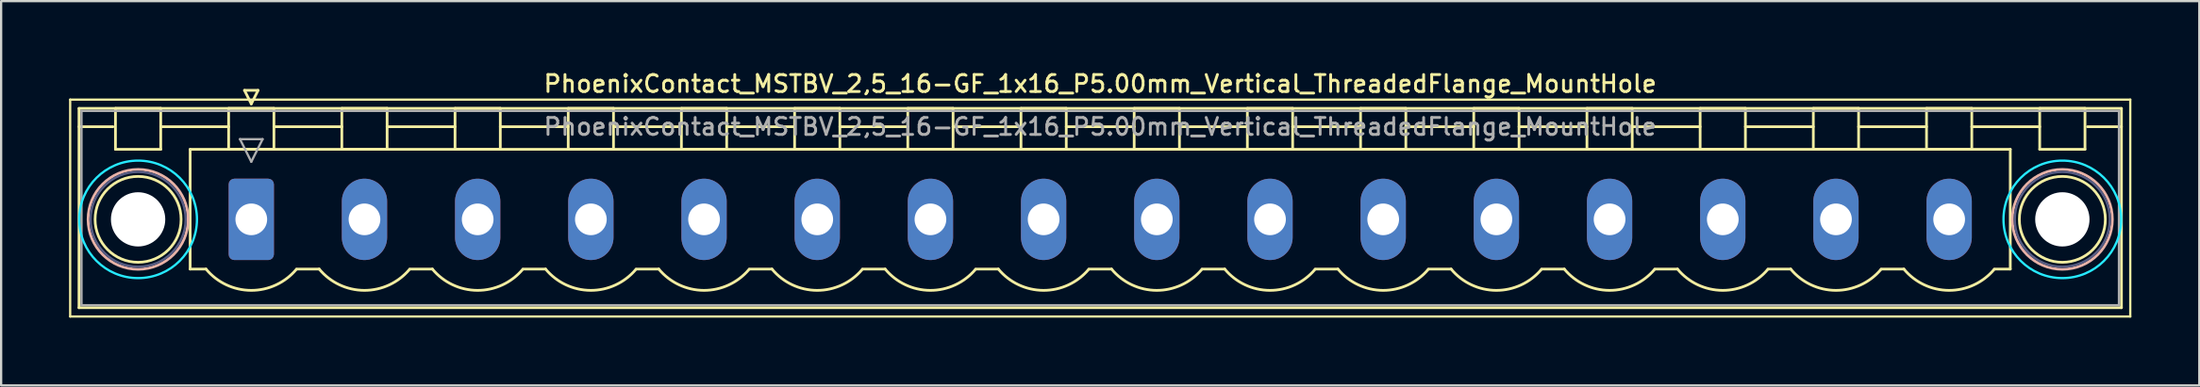
<source format=kicad_pcb>
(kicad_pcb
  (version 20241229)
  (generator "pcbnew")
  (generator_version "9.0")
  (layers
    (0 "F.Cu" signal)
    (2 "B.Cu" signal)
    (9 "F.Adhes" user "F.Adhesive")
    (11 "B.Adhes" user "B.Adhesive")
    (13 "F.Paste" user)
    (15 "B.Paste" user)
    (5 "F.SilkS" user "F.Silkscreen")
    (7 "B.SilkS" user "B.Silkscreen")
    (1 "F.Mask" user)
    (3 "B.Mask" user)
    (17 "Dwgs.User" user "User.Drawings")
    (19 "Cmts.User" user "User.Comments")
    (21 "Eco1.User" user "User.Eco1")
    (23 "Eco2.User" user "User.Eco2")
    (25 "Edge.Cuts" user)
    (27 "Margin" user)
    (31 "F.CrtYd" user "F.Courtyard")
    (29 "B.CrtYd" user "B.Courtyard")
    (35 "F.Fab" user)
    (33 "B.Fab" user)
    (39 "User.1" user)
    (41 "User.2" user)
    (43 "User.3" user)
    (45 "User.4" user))
  (footprint "PhoenixContact_MSTBV_2,5_16-GF_1x16_P5.00mm_Vertical_ThreadedFlange_MountHole"
    (layer "F.Cu")
    (at 8.05 6.658)
    (property "Reference" "PhoenixContact_MSTBV_2,5_16-GF_1x16_P5.00mm_Vertical_ThreadedFlange_MountHole" (at 37.5 -6 0) (layer "F.SilkS") (effects (font (size 0.75 0.75) (thickness 0.125))))
    (attr through_hole)
    (fp_line (start -8 -5.3) (end -8 4.3) (stroke (width 0.1) (type solid)) (layer "F.SilkS"))
    (fp_line (start -8 4.3) (end 83 4.3) (stroke (width 0.1) (type solid)) (layer "F.SilkS"))
    (fp_line (start -7.61 -4.91) (end -7.61 3.91) (stroke (width 0.12) (type solid)) (layer "F.SilkS"))
    (fp_line (start -7.61 -4.1) (end -6.11 -4.1) (stroke (width 0.12) (type solid)) (layer "F.SilkS"))
    (fp_line (start -7.61 3.91) (end 82.61 3.91) (stroke (width 0.12) (type solid)) (layer "F.SilkS"))
    (fp_line (start -6 -4.91) (end -4 -4.91) (stroke (width 0.12) (type solid)) (layer "F.SilkS"))
    (fp_line (start -6 -3.1) (end -6 -4.91) (stroke (width 0.12) (type solid)) (layer "F.SilkS"))
    (fp_line (start -4 -4.91) (end -4 -3.1) (stroke (width 0.12) (type solid)) (layer "F.SilkS"))
    (fp_line (start -4 -4.1) (end -1 -4.1) (stroke (width 0.12) (type solid)) (layer "F.SilkS"))
    (fp_line (start -4 -3.1) (end -6 -3.1) (stroke (width 0.12) (type solid)) (layer "F.SilkS"))
    (fp_line (start -2.7 -3.1) (end 77.7 -3.1) (stroke (width 0.12) (type solid)) (layer "F.SilkS"))
    (fp_line (start -2.7 2.2) (end -2.7 -3.1) (stroke (width 0.12) (type solid)) (layer "F.SilkS"))
    (fp_line (start -2 2.2) (end -2.7 2.2) (stroke (width 0.12) (type solid)) (layer "F.SilkS"))
    (fp_line (start -1 -4.91) (end 1 -4.91) (stroke (width 0.12) (type solid)) (layer "F.SilkS"))
    (fp_line (start -1 -3.1) (end -1 -4.91) (stroke (width 0.12) (type solid)) (layer "F.SilkS"))
    (fp_line (start -0.3 -5.71) (end 0.3 -5.71) (stroke (width 0.12) (type solid)) (layer "F.SilkS"))
    (fp_line (start 0 -5.11) (end -0.3 -5.71) (stroke (width 0.12) (type solid)) (layer "F.SilkS"))
    (fp_line (start 0.3 -5.71) (end 0 -5.11) (stroke (width 0.12) (type solid)) (layer "F.SilkS"))
    (fp_line (start 1 -4.91) (end 1 -3.1) (stroke (width 0.12) (type solid)) (layer "F.SilkS"))
    (fp_line (start 1 -4.1) (end 4 -4.1) (stroke (width 0.12) (type solid)) (layer "F.SilkS"))
    (fp_line (start 1 -3.1) (end -1 -3.1) (stroke (width 0.12) (type solid)) (layer "F.SilkS"))
    (fp_line (start 2 2.2) (end 3 2.2) (stroke (width 0.12) (type solid)) (layer "F.SilkS"))
    (fp_line (start 4 -4.91) (end 6 -4.91) (stroke (width 0.12) (type solid)) (layer "F.SilkS"))
    (fp_line (start 4 -3.1) (end 4 -4.91) (stroke (width 0.12) (type solid)) (layer "F.SilkS"))
    (fp_line (start 6 -4.91) (end 6 -3.1) (stroke (width 0.12) (type solid)) (layer "F.SilkS"))
    (fp_line (start 6 -4.1) (end 9 -4.1) (stroke (width 0.12) (type solid)) (layer "F.SilkS"))
    (fp_line (start 6 -3.1) (end 4 -3.1) (stroke (width 0.12) (type solid)) (layer "F.SilkS"))
    (fp_line (start 7 2.2) (end 8 2.2) (stroke (width 0.12) (type solid)) (layer "F.SilkS"))
    (fp_line (start 9 -4.91) (end 11 -4.91) (stroke (width 0.12) (type solid)) (layer "F.SilkS"))
    (fp_line (start 9 -3.1) (end 9 -4.91) (stroke (width 0.12) (type solid)) (layer "F.SilkS"))
    (fp_line (start 11 -4.91) (end 11 -3.1) (stroke (width 0.12) (type solid)) (layer "F.SilkS"))
    (fp_line (start 11 -4.1) (end 14 -4.1) (stroke (width 0.12) (type solid)) (layer "F.SilkS"))
    (fp_line (start 11 -3.1) (end 9 -3.1) (stroke (width 0.12) (type solid)) (layer "F.SilkS"))
    (fp_line (start 12 2.2) (end 13 2.2) (stroke (width 0.12) (type solid)) (layer "F.SilkS"))
    (fp_line (start 14 -4.91) (end 16 -4.91) (stroke (width 0.12) (type solid)) (layer "F.SilkS"))
    (fp_line (start 14 -3.1) (end 14 -4.91) (stroke (width 0.12) (type solid)) (layer "F.SilkS"))
    (fp_line (start 16 -4.91) (end 16 -3.1) (stroke (width 0.12) (type solid)) (layer "F.SilkS"))
    (fp_line (start 16 -4.1) (end 19 -4.1) (stroke (width 0.12) (type solid)) (layer "F.SilkS"))
    (fp_line (start 16 -3.1) (end 14 -3.1) (stroke (width 0.12) (type solid)) (layer "F.SilkS"))
    (fp_line (start 17 2.2) (end 18 2.2) (stroke (width 0.12) (type solid)) (layer "F.SilkS"))
    (fp_line (start 19 -4.91) (end 21 -4.91) (stroke (width 0.12) (type solid)) (layer "F.SilkS"))
    (fp_line (start 19 -3.1) (end 19 -4.91) (stroke (width 0.12) (type solid)) (layer "F.SilkS"))
    (fp_line (start 21 -4.91) (end 21 -3.1) (stroke (width 0.12) (type solid)) (layer "F.SilkS"))
    (fp_line (start 21 -4.1) (end 24 -4.1) (stroke (width 0.12) (type solid)) (layer "F.SilkS"))
    (fp_line (start 21 -3.1) (end 19 -3.1) (stroke (width 0.12) (type solid)) (layer "F.SilkS"))
    (fp_line (start 22 2.2) (end 23 2.2) (stroke (width 0.12) (type solid)) (layer "F.SilkS"))
    (fp_line (start 24 -4.91) (end 26 -4.91) (stroke (width 0.12) (type solid)) (layer "F.SilkS"))
    (fp_line (start 24 -3.1) (end 24 -4.91) (stroke (width 0.12) (type solid)) (layer "F.SilkS"))
    (fp_line (start 26 -4.91) (end 26 -3.1) (stroke (width 0.12) (type solid)) (layer "F.SilkS"))
    (fp_line (start 26 -4.1) (end 29 -4.1) (stroke (width 0.12) (type solid)) (layer "F.SilkS"))
    (fp_line (start 26 -3.1) (end 24 -3.1) (stroke (width 0.12) (type solid)) (layer "F.SilkS"))
    (fp_line (start 27 2.2) (end 28 2.2) (stroke (width 0.12) (type solid)) (layer "F.SilkS"))
    (fp_line (start 29 -4.91) (end 31 -4.91) (stroke (width 0.12) (type solid)) (layer "F.SilkS"))
    (fp_line (start 29 -3.1) (end 29 -4.91) (stroke (width 0.12) (type solid)) (layer "F.SilkS"))
    (fp_line (start 31 -4.91) (end 31 -3.1) (stroke (width 0.12) (type solid)) (layer "F.SilkS"))
    (fp_line (start 31 -4.1) (end 34 -4.1) (stroke (width 0.12) (type solid)) (layer "F.SilkS"))
    (fp_line (start 31 -3.1) (end 29 -3.1) (stroke (width 0.12) (type solid)) (layer "F.SilkS"))
    (fp_line (start 32 2.2) (end 33 2.2) (stroke (width 0.12) (type solid)) (layer "F.SilkS"))
    (fp_line (start 34 -4.91) (end 36 -4.91) (stroke (width 0.12) (type solid)) (layer "F.SilkS"))
    (fp_line (start 34 -3.1) (end 34 -4.91) (stroke (width 0.12) (type solid)) (layer "F.SilkS"))
    (fp_line (start 36 -4.91) (end 36 -3.1) (stroke (width 0.12) (type solid)) (layer "F.SilkS"))
    (fp_line (start 36 -4.1) (end 39 -4.1) (stroke (width 0.12) (type solid)) (layer "F.SilkS"))
    (fp_line (start 36 -3.1) (end 34 -3.1) (stroke (width 0.12) (type solid)) (layer "F.SilkS"))
    (fp_line (start 37 2.2) (end 38 2.2) (stroke (width 0.12) (type solid)) (layer "F.SilkS"))
    (fp_line (start 39 -4.91) (end 41 -4.91) (stroke (width 0.12) (type solid)) (layer "F.SilkS"))
    (fp_line (start 39 -3.1) (end 39 -4.91) (stroke (width 0.12) (type solid)) (layer "F.SilkS"))
    (fp_line (start 41 -4.91) (end 41 -3.1) (stroke (width 0.12) (type solid)) (layer "F.SilkS"))
    (fp_line (start 41 -4.1) (end 44 -4.1) (stroke (width 0.12) (type solid)) (layer "F.SilkS"))
    (fp_line (start 41 -3.1) (end 39 -3.1) (stroke (width 0.12) (type solid)) (layer "F.SilkS"))
    (fp_line (start 42 2.2) (end 43 2.2) (stroke (width 0.12) (type solid)) (layer "F.SilkS"))
    (fp_line (start 44 -4.91) (end 46 -4.91) (stroke (width 0.12) (type solid)) (layer "F.SilkS"))
    (fp_line (start 44 -3.1) (end 44 -4.91) (stroke (width 0.12) (type solid)) (layer "F.SilkS"))
    (fp_line (start 46 -4.91) (end 46 -3.1) (stroke (width 0.12) (type solid)) (layer "F.SilkS"))
    (fp_line (start 46 -4.1) (end 49 -4.1) (stroke (width 0.12) (type solid)) (layer "F.SilkS"))
    (fp_line (start 46 -3.1) (end 44 -3.1) (stroke (width 0.12) (type solid)) (layer "F.SilkS"))
    (fp_line (start 47 2.2) (end 48 2.2) (stroke (width 0.12) (type solid)) (layer "F.SilkS"))
    (fp_line (start 49 -4.91) (end 51 -4.91) (stroke (width 0.12) (type solid)) (layer "F.SilkS"))
    (fp_line (start 49 -3.1) (end 49 -4.91) (stroke (width 0.12) (type solid)) (layer "F.SilkS"))
    (fp_line (start 51 -4.91) (end 51 -3.1) (stroke (width 0.12) (type solid)) (layer "F.SilkS"))
    (fp_line (start 51 -4.1) (end 54 -4.1) (stroke (width 0.12) (type solid)) (layer "F.SilkS"))
    (fp_line (start 51 -3.1) (end 49 -3.1) (stroke (width 0.12) (type solid)) (layer "F.SilkS"))
    (fp_line (start 52 2.2) (end 53 2.2) (stroke (width 0.12) (type solid)) (layer "F.SilkS"))
    (fp_line (start 54 -4.91) (end 56 -4.91) (stroke (width 0.12) (type solid)) (layer "F.SilkS"))
    (fp_line (start 54 -3.1) (end 54 -4.91) (stroke (width 0.12) (type solid)) (layer "F.SilkS"))
    (fp_line (start 56 -4.91) (end 56 -3.1) (stroke (width 0.12) (type solid)) (layer "F.SilkS"))
    (fp_line (start 56 -4.1) (end 59 -4.1) (stroke (width 0.12) (type solid)) (layer "F.SilkS"))
    (fp_line (start 56 -3.1) (end 54 -3.1) (stroke (width 0.12) (type solid)) (layer "F.SilkS"))
    (fp_line (start 57 2.2) (end 58 2.2) (stroke (width 0.12) (type solid)) (layer "F.SilkS"))
    (fp_line (start 59 -4.91) (end 61 -4.91) (stroke (width 0.12) (type solid)) (layer "F.SilkS"))
    (fp_line (start 59 -3.1) (end 59 -4.91) (stroke (width 0.12) (type solid)) (layer "F.SilkS"))
    (fp_line (start 61 -4.91) (end 61 -3.1) (stroke (width 0.12) (type solid)) (layer "F.SilkS"))
    (fp_line (start 61 -4.1) (end 64 -4.1) (stroke (width 0.12) (type solid)) (layer "F.SilkS"))
    (fp_line (start 61 -3.1) (end 59 -3.1) (stroke (width 0.12) (type solid)) (layer "F.SilkS"))
    (fp_line (start 62 2.2) (end 63 2.2) (stroke (width 0.12) (type solid)) (layer "F.SilkS"))
    (fp_line (start 64 -4.91) (end 66 -4.91) (stroke (width 0.12) (type solid)) (layer "F.SilkS"))
    (fp_line (start 64 -3.1) (end 64 -4.91) (stroke (width 0.12) (type solid)) (layer "F.SilkS"))
    (fp_line (start 66 -4.91) (end 66 -3.1) (stroke (width 0.12) (type solid)) (layer "F.SilkS"))
    (fp_line (start 66 -4.1) (end 69 -4.1) (stroke (width 0.12) (type solid)) (layer "F.SilkS"))
    (fp_line (start 66 -3.1) (end 64 -3.1) (stroke (width 0.12) (type solid)) (layer "F.SilkS"))
    (fp_line (start 67 2.2) (end 68 2.2) (stroke (width 0.12) (type solid)) (layer "F.SilkS"))
    (fp_line (start 69 -4.91) (end 71 -4.91) (stroke (width 0.12) (type solid)) (layer "F.SilkS"))
    (fp_line (start 69 -3.1) (end 69 -4.91) (stroke (width 0.12) (type solid)) (layer "F.SilkS"))
    (fp_line (start 71 -4.91) (end 71 -3.1) (stroke (width 0.12) (type solid)) (layer "F.SilkS"))
    (fp_line (start 71 -4.1) (end 74 -4.1) (stroke (width 0.12) (type solid)) (layer "F.SilkS"))
    (fp_line (start 71 -3.1) (end 69 -3.1) (stroke (width 0.12) (type solid)) (layer "F.SilkS"))
    (fp_line (start 72 2.2) (end 73 2.2) (stroke (width 0.12) (type solid)) (layer "F.SilkS"))
    (fp_line (start 74 -4.91) (end 76 -4.91) (stroke (width 0.12) (type solid)) (layer "F.SilkS"))
    (fp_line (start 74 -3.1) (end 74 -4.91) (stroke (width 0.12) (type solid)) (layer "F.SilkS"))
    (fp_line (start 76 -4.91) (end 76 -3.1) (stroke (width 0.12) (type solid)) (layer "F.SilkS"))
    (fp_line (start 76 -4.1) (end 79 -4.1) (stroke (width 0.12) (type solid)) (layer "F.SilkS"))
    (fp_line (start 76 -3.1) (end 74 -3.1) (stroke (width 0.12) (type solid)) (layer "F.SilkS"))
    (fp_line (start 77.7 -3.1) (end 77.7 2.2) (stroke (width 0.12) (type solid)) (layer "F.SilkS"))
    (fp_line (start 77.7 2.2) (end 77 2.2) (stroke (width 0.12) (type solid)) (layer "F.SilkS"))
    (fp_line (start 79 -4.91) (end 81 -4.91) (stroke (width 0.12) (type solid)) (layer "F.SilkS"))
    (fp_line (start 79 -3.1) (end 79 -4.91) (stroke (width 0.12) (type solid)) (layer "F.SilkS"))
    (fp_line (start 81 -4.91) (end 81 -3.1) (stroke (width 0.12) (type solid)) (layer "F.SilkS"))
    (fp_line (start 81 -3.1) (end 79 -3.1) (stroke (width 0.12) (type solid)) (layer "F.SilkS"))
    (fp_line (start 82.61 -4.91) (end -7.61 -4.91) (stroke (width 0.12) (type solid)) (layer "F.SilkS"))
    (fp_line (start 82.61 -4.1) (end 81.11 -4.1) (stroke (width 0.12) (type solid)) (layer "F.SilkS"))
    (fp_line (start 82.61 3.91) (end 82.61 -4.91) (stroke (width 0.12) (type solid)) (layer "F.SilkS"))
    (fp_line (start 83 -5.3) (end -8 -5.3) (stroke (width 0.1) (type solid)) (layer "F.SilkS"))
    (fp_line (start 83 4.3) (end 83 -5.3) (stroke (width 0.1) (type solid)) (layer "F.SilkS"))
    (fp_arc (start 1.986842 2.215821) (mid -0.010289 3.142758) (end -2 2.2) (stroke (width 0.12) (type solid)) (layer "F.SilkS"))
    (fp_arc (start 6.986842 2.215821) (mid 4.989711 3.142758) (end 3 2.2) (stroke (width 0.12) (type solid)) (layer "F.SilkS"))
    (fp_arc (start 11.986842 2.215821) (mid 9.989711 3.142758) (end 8 2.2) (stroke (width 0.12) (type solid)) (layer "F.SilkS"))
    (fp_arc (start 16.986842 2.215821) (mid 14.989711 3.142758) (end 13 2.2) (stroke (width 0.12) (type solid)) (layer "F.SilkS"))
    (fp_arc (start 21.986842 2.215821) (mid 19.989711 3.142758) (end 18 2.2) (stroke (width 0.12) (type solid)) (layer "F.SilkS"))
    (fp_arc (start 26.986842 2.215821) (mid 24.989711 3.142758) (end 23 2.2) (stroke (width 0.12) (type solid)) (layer "F.SilkS"))
    (fp_arc (start 31.986842 2.215821) (mid 29.989711 3.142758) (end 28 2.2) (stroke (width 0.12) (type solid)) (layer "F.SilkS"))
    (fp_arc (start 36.986842 2.215821) (mid 34.989711 3.142758) (end 33 2.2) (stroke (width 0.12) (type solid)) (layer "F.SilkS"))
    (fp_arc (start 41.986842 2.215821) (mid 39.989711 3.142758) (end 38 2.2) (stroke (width 0.12) (type solid)) (layer "F.SilkS"))
    (fp_arc (start 46.986842 2.215821) (mid 44.989711 3.142758) (end 43 2.2) (stroke (width 0.12) (type solid)) (layer "F.SilkS"))
    (fp_arc (start 51.986842 2.215821) (mid 49.989711 3.142758) (end 48 2.2) (stroke (width 0.12) (type solid)) (layer "F.SilkS"))
    (fp_arc (start 56.986842 2.215821) (mid 54.989711 3.142758) (end 53 2.2) (stroke (width 0.12) (type solid)) (layer "F.SilkS"))
    (fp_arc (start 61.986842 2.215821) (mid 59.989711 3.142758) (end 58 2.2) (stroke (width 0.12) (type solid)) (layer "F.SilkS"))
    (fp_arc (start 66.986842 2.215821) (mid 64.989711 3.142758) (end 63 2.2) (stroke (width 0.12) (type solid)) (layer "F.SilkS"))
    (fp_arc (start 71.986842 2.215821) (mid 69.989711 3.142758) (end 68 2.2) (stroke (width 0.12) (type solid)) (layer "F.SilkS"))
    (fp_arc (start 76.986842 2.215821) (mid 74.989711 3.142758) (end 73 2.2) (stroke (width 0.12) (type solid)) (layer "F.SilkS"))
    (fp_circle (center -5 0) (end -3.1 0) (stroke (width 0.12) (type solid)) (fill no) (layer "F.SilkS"))
    (fp_circle (center 80 0) (end 81.9 0) (stroke (width 0.12) (type solid)) (fill no) (layer "F.SilkS"))
    (fp_circle (center -5 0) (end -2.79 0) (stroke (width 0.12) (type solid)) (fill no) (layer "B.SilkS"))
    (fp_circle (center 80 0) (end 82.21 0) (stroke (width 0.12) (type solid)) (fill no) (layer "B.SilkS"))
    (fp_circle (center -5 0) (end -2.4 0) (stroke (width 0.1) (type solid)) (fill no) (layer "B.CrtYd"))
    (fp_circle (center 80 0) (end 82.6 0) (stroke (width 0.1) (type solid)) (fill no) (layer "B.CrtYd"))
    (fp_circle (center -5 0) (end -2.9 0) (stroke (width 0.1) (type solid)) (fill no) (layer "B.Fab"))
    (fp_circle (center 80 0) (end 82.1 0) (stroke (width 0.1) (type solid)) (fill no) (layer "B.Fab"))
    (fp_line (start -7.5 -4.8) (end -7.5 3.8) (stroke (width 0.1) (type solid)) (layer "F.Fab"))
    (fp_line (start -7.5 3.8) (end 82.5 3.8) (stroke (width 0.1) (type solid)) (layer "F.Fab"))
    (fp_line (start -0.5 -3.55) (end 0.5 -3.55) (stroke (width 0.1) (type solid)) (layer "F.Fab"))
    (fp_line (start 0 -2.55) (end -0.5 -3.55) (stroke (width 0.1) (type solid)) (layer "F.Fab"))
    (fp_line (start 0.5 -3.55) (end 0 -2.55) (stroke (width 0.1) (type solid)) (layer "F.Fab"))
    (fp_line (start 82.5 -4.8) (end -7.5 -4.8) (stroke (width 0.1) (type solid)) (layer "F.Fab"))
    (fp_line (start 82.5 3.8) (end 82.5 -4.8) (stroke (width 0.1) (type solid)) (layer "F.Fab"))
    (fp_text user "${REFERENCE}" (at 37.5 -4.1 0) (layer "F.Fab") (effects (font (size 0.75 0.75) (thickness 0.125))))
    (pad "" np_thru_hole circle (at -5 0) (size 2.4 2.4) (drill 2.4) (layers "*.Cu" "*.Mask"))
    (pad "" np_thru_hole circle (at 80 0) (size 2.4 2.4) (drill 2.4) (layers "*.Cu" "*.Mask"))
    (pad "1" thru_hole roundrect (at 0 0) (size 2 3.6) (drill 1.4) (layers "*.Cu" "*.Mask") (roundrect_rratio 0.125))
    (pad "2" thru_hole oval (at 5 0) (size 2 3.6) (drill 1.4) (layers "*.Cu" "*.Mask"))
    (pad "3" thru_hole oval (at 10 0) (size 2 3.6) (drill 1.4) (layers "*.Cu" "*.Mask"))
    (pad "4" thru_hole oval (at 15 0) (size 2 3.6) (drill 1.4) (layers "*.Cu" "*.Mask"))
    (pad "5" thru_hole oval (at 20 0) (size 2 3.6) (drill 1.4) (layers "*.Cu" "*.Mask"))
    (pad "6" thru_hole oval (at 25 0) (size 2 3.6) (drill 1.4) (layers "*.Cu" "*.Mask"))
    (pad "7" thru_hole oval (at 30 0) (size 2 3.6) (drill 1.4) (layers "*.Cu" "*.Mask"))
    (pad "8" thru_hole oval (at 35 0) (size 2 3.6) (drill 1.4) (layers "*.Cu" "*.Mask"))
    (pad "9" thru_hole oval (at 40 0) (size 2 3.6) (drill 1.4) (layers "*.Cu" "*.Mask"))
    (pad "10" thru_hole oval (at 45 0) (size 2 3.6) (drill 1.4) (layers "*.Cu" "*.Mask"))
    (pad "11" thru_hole oval (at 50 0) (size 2 3.6) (drill 1.4) (layers "*.Cu" "*.Mask"))
    (pad "12" thru_hole oval (at 55 0) (size 2 3.6) (drill 1.4) (layers "*.Cu" "*.Mask"))
    (pad "13" thru_hole oval (at 60 0) (size 2 3.6) (drill 1.4) (layers "*.Cu" "*.Mask"))
    (pad "14" thru_hole oval (at 65 0) (size 2 3.6) (drill 1.4) (layers "*.Cu" "*.Mask"))
    (pad "15" thru_hole oval (at 70 0) (size 2 3.6) (drill 1.4) (layers "*.Cu" "*.Mask"))
    (pad "16" thru_hole oval (at 75 0) (size 2 3.6) (drill 1.4) (layers "*.Cu" "*.Mask")))
  (gr_rect
    (start -3 -3)
    (end 94.1 14.008)
    (stroke (width 0.1) (type default))
    (fill no)
    (layer "Edge.Cuts")))
</source>
